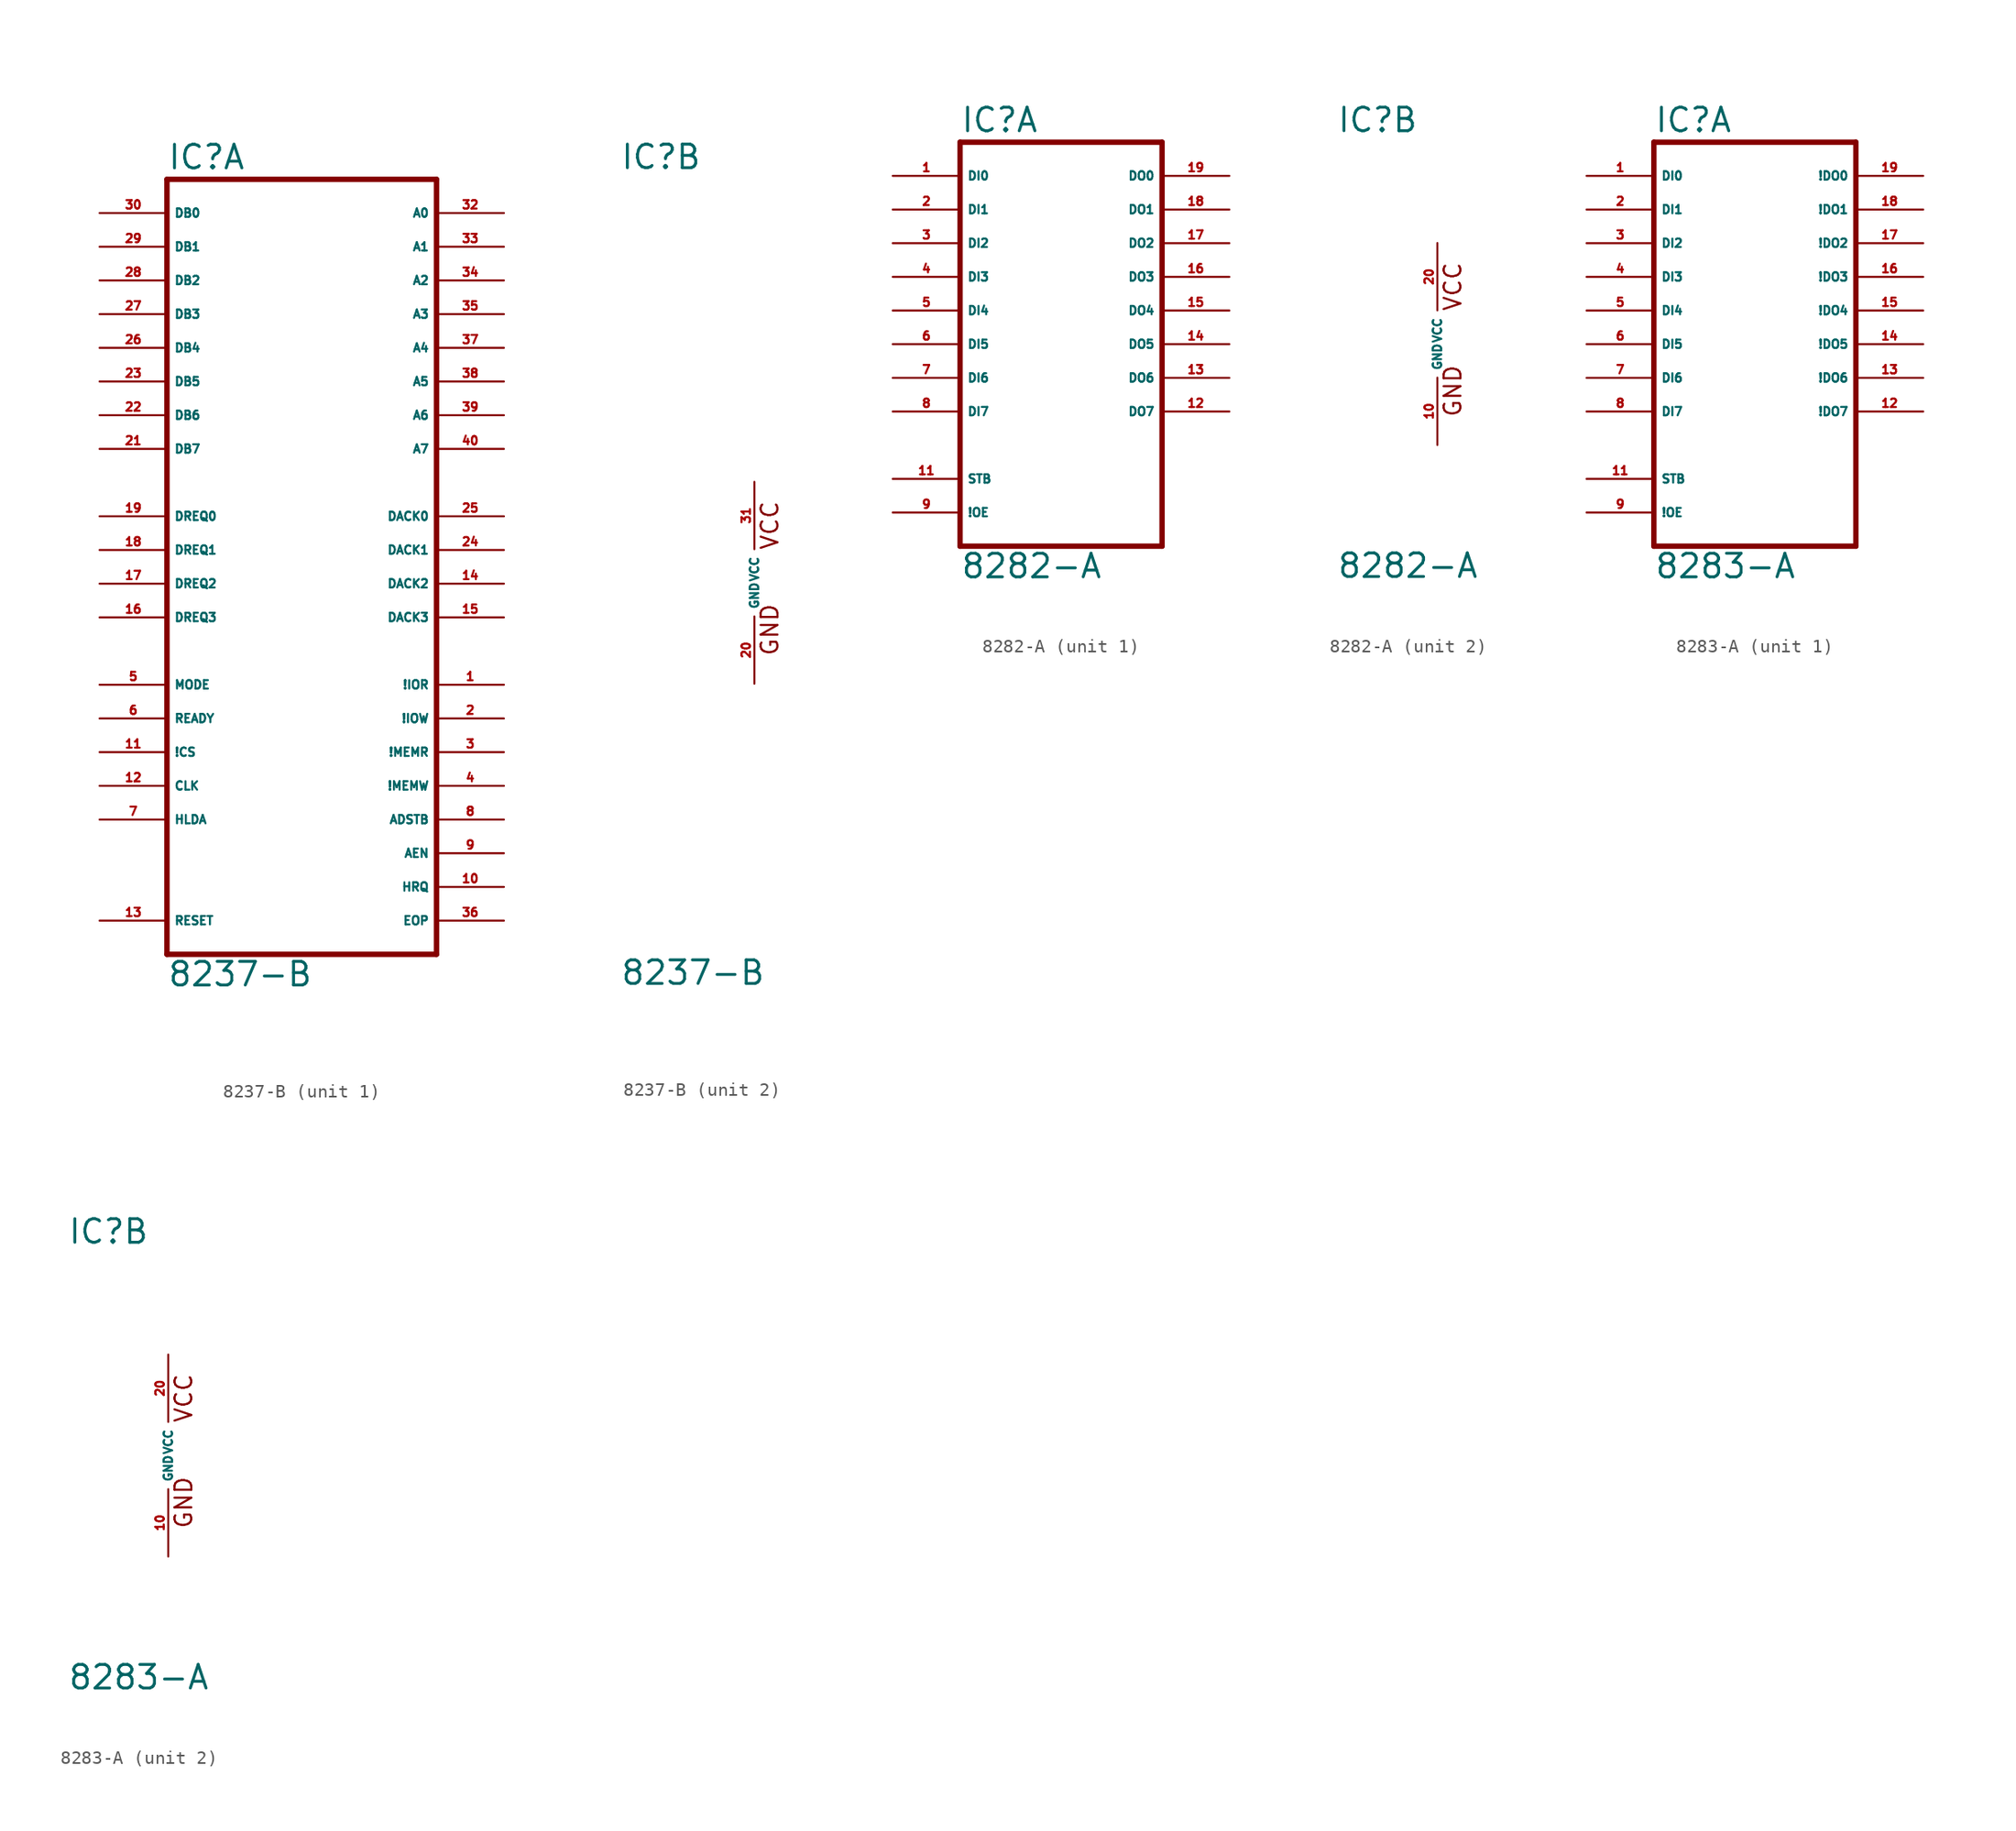
<source format=kicad_sym>
(kicad_symbol_lib
  (version 20220914)
  (generator Eagle2Kicad)
  (symbol "8237-B"
    (property "Reference" "IC"
      (at -10.16 31.115 0)
      (effects (font (size 1.778 1.778) (thickness 0.22)) (justify left bottom)))
    (property "Value" "8237-B"
      (at -10.16 -30.48 0)
      (effects (font (size 1.778 1.778) (thickness 0.22)) (justify left bottom)))
    (symbol "8237-B_1_0"
      (polyline (pts (xy -10.16 30.48) (xy 10.16 30.48)) (stroke (width 0.406) (type default)) (fill (type none)))
      (polyline (pts (xy 10.16 30.48) (xy 10.16 -27.94)) (stroke (width 0.406) (type default)) (fill (type none)))
      (polyline (pts (xy 10.16 -27.94) (xy -10.16 -27.94)) (stroke (width 0.406) (type default)) (fill (type none)))
      (polyline (pts (xy -10.16 -27.94) (xy -10.16 30.48)) (stroke (width 0.406) (type default)) (fill (type none)))
      (pin bidirectional line (at -15.24 27.94 0) (length 5.08) (name "DB0" (effects (font (size 0.635 0.635) (thickness 0.08)) (justify left bottom))) (number "30" (effects (font (size 0.635 0.635) (thickness 0.08)) (justify left bottom))))
      (pin bidirectional line (at -15.24 25.4 0) (length 5.08) (name "DB1" (effects (font (size 0.635 0.635) (thickness 0.08)) (justify left bottom))) (number "29" (effects (font (size 0.635 0.635) (thickness 0.08)) (justify left bottom))))
      (pin bidirectional line (at -15.24 22.86 0) (length 5.08) (name "DB2" (effects (font (size 0.635 0.635) (thickness 0.08)) (justify left bottom))) (number "28" (effects (font (size 0.635 0.635) (thickness 0.08)) (justify left bottom))))
      (pin bidirectional line (at -15.24 20.32 0) (length 5.08) (name "DB3" (effects (font (size 0.635 0.635) (thickness 0.08)) (justify left bottom))) (number "27" (effects (font (size 0.635 0.635) (thickness 0.08)) (justify left bottom))))
      (pin bidirectional line (at -15.24 17.78 0) (length 5.08) (name "DB4" (effects (font (size 0.635 0.635) (thickness 0.08)) (justify left bottom))) (number "26" (effects (font (size 0.635 0.635) (thickness 0.08)) (justify left bottom))))
      (pin bidirectional line (at -15.24 15.24 0) (length 5.08) (name "DB5" (effects (font (size 0.635 0.635) (thickness 0.08)) (justify left bottom))) (number "23" (effects (font (size 0.635 0.635) (thickness 0.08)) (justify left bottom))))
      (pin bidirectional line (at -15.24 12.7 0) (length 5.08) (name "DB6" (effects (font (size 0.635 0.635) (thickness 0.08)) (justify left bottom))) (number "22" (effects (font (size 0.635 0.635) (thickness 0.08)) (justify left bottom))))
      (pin bidirectional line (at -15.24 10.16 0) (length 5.08) (name "DB7" (effects (font (size 0.635 0.635) (thickness 0.08)) (justify left bottom))) (number "21" (effects (font (size 0.635 0.635) (thickness 0.08)) (justify left bottom))))
      (pin input line (at -15.24 5.08 0) (length 5.08) (name "DREQ0" (effects (font (size 0.635 0.635) (thickness 0.08)) (justify left bottom))) (number "19" (effects (font (size 0.635 0.635) (thickness 0.08)) (justify left bottom))))
      (pin input line (at -15.24 2.54 0) (length 5.08) (name "DREQ1" (effects (font (size 0.635 0.635) (thickness 0.08)) (justify left bottom))) (number "18" (effects (font (size 0.635 0.635) (thickness 0.08)) (justify left bottom))))
      (pin input line (at -15.24 0 0) (length 5.08) (name "DREQ2" (effects (font (size 0.635 0.635) (thickness 0.08)) (justify left bottom))) (number "17" (effects (font (size 0.635 0.635) (thickness 0.08)) (justify left bottom))))
      (pin input line (at -15.24 -2.54 0) (length 5.08) (name "DREQ3" (effects (font (size 0.635 0.635) (thickness 0.08)) (justify left bottom))) (number "16" (effects (font (size 0.635 0.635) (thickness 0.08)) (justify left bottom))))
      (pin output line (at 15.24 5.08 180) (length 5.08) (name "DACK0" (effects (font (size 0.635 0.635) (thickness 0.08)) (justify left bottom))) (number "25" (effects (font (size 0.635 0.635) (thickness 0.08)) (justify left bottom))))
      (pin output line (at 15.24 2.54 180) (length 5.08) (name "DACK1" (effects (font (size 0.635 0.635) (thickness 0.08)) (justify left bottom))) (number "24" (effects (font (size 0.635 0.635) (thickness 0.08)) (justify left bottom))))
      (pin output line (at 15.24 0 180) (length 5.08) (name "DACK2" (effects (font (size 0.635 0.635) (thickness 0.08)) (justify left bottom))) (number "14" (effects (font (size 0.635 0.635) (thickness 0.08)) (justify left bottom))))
      (pin output line (at 15.24 -2.54 180) (length 5.08) (name "DACK3" (effects (font (size 0.635 0.635) (thickness 0.08)) (justify left bottom))) (number "15" (effects (font (size 0.635 0.635) (thickness 0.08)) (justify left bottom))))
      (pin bidirectional line (at 15.24 27.94 180) (length 5.08) (name "A0" (effects (font (size 0.635 0.635) (thickness 0.08)) (justify left bottom))) (number "32" (effects (font (size 0.635 0.635) (thickness 0.08)) (justify left bottom))))
      (pin bidirectional line (at 15.24 25.4 180) (length 5.08) (name "A1" (effects (font (size 0.635 0.635) (thickness 0.08)) (justify left bottom))) (number "33" (effects (font (size 0.635 0.635) (thickness 0.08)) (justify left bottom))))
      (pin bidirectional line (at 15.24 22.86 180) (length 5.08) (name "A2" (effects (font (size 0.635 0.635) (thickness 0.08)) (justify left bottom))) (number "34" (effects (font (size 0.635 0.635) (thickness 0.08)) (justify left bottom))))
      (pin bidirectional line (at 15.24 20.32 180) (length 5.08) (name "A3" (effects (font (size 0.635 0.635) (thickness 0.08)) (justify left bottom))) (number "35" (effects (font (size 0.635 0.635) (thickness 0.08)) (justify left bottom))))
      (pin output line (at 15.24 17.78 180) (length 5.08) (name "A4" (effects (font (size 0.635 0.635) (thickness 0.08)) (justify left bottom))) (number "37" (effects (font (size 0.635 0.635) (thickness 0.08)) (justify left bottom))))
      (pin output line (at 15.24 15.24 180) (length 5.08) (name "A5" (effects (font (size 0.635 0.635) (thickness 0.08)) (justify left bottom))) (number "38" (effects (font (size 0.635 0.635) (thickness 0.08)) (justify left bottom))))
      (pin output line (at 15.24 12.7 180) (length 5.08) (name "A6" (effects (font (size 0.635 0.635) (thickness 0.08)) (justify left bottom))) (number "39" (effects (font (size 0.635 0.635) (thickness 0.08)) (justify left bottom))))
      (pin output line (at 15.24 10.16 180) (length 5.08) (name "A7" (effects (font (size 0.635 0.635) (thickness 0.08)) (justify left bottom))) (number "40" (effects (font (size 0.635 0.635) (thickness 0.08)) (justify left bottom))))
      (pin bidirectional line (at 15.24 -7.62 180) (length 5.08) (name "!IOR" (effects (font (size 0.635 0.635) (thickness 0.08)) (justify left bottom))) (number "1" (effects (font (size 0.635 0.635) (thickness 0.08)) (justify left bottom))))
      (pin bidirectional line (at 15.24 -10.16 180) (length 5.08) (name "!IOW" (effects (font (size 0.635 0.635) (thickness 0.08)) (justify left bottom))) (number "2" (effects (font (size 0.635 0.635) (thickness 0.08)) (justify left bottom))))
      (pin output line (at 15.24 -12.7 180) (length 5.08) (name "!MEMR" (effects (font (size 0.635 0.635) (thickness 0.08)) (justify left bottom))) (number "3" (effects (font (size 0.635 0.635) (thickness 0.08)) (justify left bottom))))
      (pin output line (at 15.24 -15.24 180) (length 5.08) (name "!MEMW" (effects (font (size 0.635 0.635) (thickness 0.08)) (justify left bottom))) (number "4" (effects (font (size 0.635 0.635) (thickness 0.08)) (justify left bottom))))
      (pin output line (at 15.24 -17.78 180) (length 5.08) (name "ADSTB" (effects (font (size 0.635 0.635) (thickness 0.08)) (justify left bottom))) (number "8" (effects (font (size 0.635 0.635) (thickness 0.08)) (justify left bottom))))
      (pin output line (at 15.24 -20.32 180) (length 5.08) (name "AEN" (effects (font (size 0.635 0.635) (thickness 0.08)) (justify left bottom))) (number "9" (effects (font (size 0.635 0.635) (thickness 0.08)) (justify left bottom))))
      (pin output line (at 15.24 -22.86 180) (length 5.08) (name "HRQ" (effects (font (size 0.635 0.635) (thickness 0.08)) (justify left bottom))) (number "10" (effects (font (size 0.635 0.635) (thickness 0.08)) (justify left bottom))))
      (pin bidirectional line (at 15.24 -25.4 180) (length 5.08) (name "EOP" (effects (font (size 0.635 0.635) (thickness 0.08)) (justify left bottom))) (number "36" (effects (font (size 0.635 0.635) (thickness 0.08)) (justify left bottom))))
      (pin input line (at -15.24 -7.62 0) (length 5.08) (name "MODE" (effects (font (size 0.635 0.635) (thickness 0.08)) (justify left bottom))) (number "5" (effects (font (size 0.635 0.635) (thickness 0.08)) (justify left bottom))))
      (pin input line (at -15.24 -10.16 0) (length 5.08) (name "READY" (effects (font (size 0.635 0.635) (thickness 0.08)) (justify left bottom))) (number "6" (effects (font (size 0.635 0.635) (thickness 0.08)) (justify left bottom))))
      (pin input line (at -15.24 -12.7 0) (length 5.08) (name "!CS" (effects (font (size 0.635 0.635) (thickness 0.08)) (justify left bottom))) (number "11" (effects (font (size 0.635 0.635) (thickness 0.08)) (justify left bottom))))
      (pin input line (at -15.24 -15.24 0) (length 5.08) (name "CLK" (effects (font (size 0.635 0.635) (thickness 0.08)) (justify left bottom))) (number "12" (effects (font (size 0.635 0.635) (thickness 0.08)) (justify left bottom))))
      (pin input line (at -15.24 -17.78 0) (length 5.08) (name "HLDA" (effects (font (size 0.635 0.635) (thickness 0.08)) (justify left bottom))) (number "7" (effects (font (size 0.635 0.635) (thickness 0.08)) (justify left bottom))))
      (pin input line (at -15.24 -25.4 0) (length 5.08) (name "RESET" (effects (font (size 0.635 0.635) (thickness 0.08)) (justify left bottom))) (number "13" (effects (font (size 0.635 0.635) (thickness 0.08)) (justify left bottom)))))
    (symbol "8237-B_2_0"
      (text "GND" (at 1.905 -5.588 900) (effects (font (size 1.27 1.27) (thickness 0.16)) (justify left bottom)))
      (text "VCC" (at 1.905 2.413 900) (effects (font (size 1.27 1.27) (thickness 0.16)) (justify left bottom)))
      (pin unspecified line (at 0 7.62 270) (length 5.08) (name "VCC" (effects (font (size 0.635 0.635) (thickness 0.08)) (justify left bottom))) (number "31" (effects (font (size 0.635 0.635) (thickness 0.08)) (justify left bottom))))
      (pin unspecified line (at 0 -7.62 90) (length 5.08) (name "GND" (effects (font (size 0.635 0.635) (thickness 0.08)) (justify left bottom))) (number "20" (effects (font (size 0.635 0.635) (thickness 0.08)) (justify left bottom))))))
  (symbol "8282-A"
    (property "Reference" "IC"
      (at -7.62 15.875 0)
      (effects (font (size 1.778 1.778) (thickness 0.22)) (justify left bottom)))
    (property "Value" "8282-A"
      (at -7.62 -17.78 0)
      (effects (font (size 1.778 1.778) (thickness 0.22)) (justify left bottom)))
    (symbol "8282-A_1_0"
      (polyline (pts (xy -7.62 -15.24) (xy 7.62 -15.24)) (stroke (width 0.406) (type default)) (fill (type none)))
      (polyline (pts (xy 7.62 -15.24) (xy 7.62 15.24)) (stroke (width 0.406) (type default)) (fill (type none)))
      (polyline (pts (xy 7.62 15.24) (xy -7.62 15.24)) (stroke (width 0.406) (type default)) (fill (type none)))
      (polyline (pts (xy -7.62 15.24) (xy -7.62 -15.24)) (stroke (width 0.406) (type default)) (fill (type none)))
      (pin output line (at 12.7 12.7 180) (length 5.08) (name "DO0" (effects (font (size 0.635 0.635) (thickness 0.08)) (justify left bottom))) (number "19" (effects (font (size 0.635 0.635) (thickness 0.08)) (justify left bottom))))
      (pin output line (at 12.7 10.16 180) (length 5.08) (name "DO1" (effects (font (size 0.635 0.635) (thickness 0.08)) (justify left bottom))) (number "18" (effects (font (size 0.635 0.635) (thickness 0.08)) (justify left bottom))))
      (pin output line (at 12.7 7.62 180) (length 5.08) (name "DO2" (effects (font (size 0.635 0.635) (thickness 0.08)) (justify left bottom))) (number "17" (effects (font (size 0.635 0.635) (thickness 0.08)) (justify left bottom))))
      (pin output line (at 12.7 5.08 180) (length 5.08) (name "DO3" (effects (font (size 0.635 0.635) (thickness 0.08)) (justify left bottom))) (number "16" (effects (font (size 0.635 0.635) (thickness 0.08)) (justify left bottom))))
      (pin output line (at 12.7 2.54 180) (length 5.08) (name "DO4" (effects (font (size 0.635 0.635) (thickness 0.08)) (justify left bottom))) (number "15" (effects (font (size 0.635 0.635) (thickness 0.08)) (justify left bottom))))
      (pin output line (at 12.7 0 180) (length 5.08) (name "DO5" (effects (font (size 0.635 0.635) (thickness 0.08)) (justify left bottom))) (number "14" (effects (font (size 0.635 0.635) (thickness 0.08)) (justify left bottom))))
      (pin output line (at 12.7 -2.54 180) (length 5.08) (name "DO6" (effects (font (size 0.635 0.635) (thickness 0.08)) (justify left bottom))) (number "13" (effects (font (size 0.635 0.635) (thickness 0.08)) (justify left bottom))))
      (pin output line (at 12.7 -5.08 180) (length 5.08) (name "DO7" (effects (font (size 0.635 0.635) (thickness 0.08)) (justify left bottom))) (number "12" (effects (font (size 0.635 0.635) (thickness 0.08)) (justify left bottom))))
      (pin input line (at -12.7 12.7 0) (length 5.08) (name "DI0" (effects (font (size 0.635 0.635) (thickness 0.08)) (justify left bottom))) (number "1" (effects (font (size 0.635 0.635) (thickness 0.08)) (justify left bottom))))
      (pin input line (at -12.7 10.16 0) (length 5.08) (name "DI1" (effects (font (size 0.635 0.635) (thickness 0.08)) (justify left bottom))) (number "2" (effects (font (size 0.635 0.635) (thickness 0.08)) (justify left bottom))))
      (pin input line (at -12.7 7.62 0) (length 5.08) (name "DI2" (effects (font (size 0.635 0.635) (thickness 0.08)) (justify left bottom))) (number "3" (effects (font (size 0.635 0.635) (thickness 0.08)) (justify left bottom))))
      (pin input line (at -12.7 5.08 0) (length 5.08) (name "DI3" (effects (font (size 0.635 0.635) (thickness 0.08)) (justify left bottom))) (number "4" (effects (font (size 0.635 0.635) (thickness 0.08)) (justify left bottom))))
      (pin input line (at -12.7 2.54 0) (length 5.08) (name "DI4" (effects (font (size 0.635 0.635) (thickness 0.08)) (justify left bottom))) (number "5" (effects (font (size 0.635 0.635) (thickness 0.08)) (justify left bottom))))
      (pin input line (at -12.7 0 0) (length 5.08) (name "DI5" (effects (font (size 0.635 0.635) (thickness 0.08)) (justify left bottom))) (number "6" (effects (font (size 0.635 0.635) (thickness 0.08)) (justify left bottom))))
      (pin input line (at -12.7 -2.54 0) (length 5.08) (name "DI6" (effects (font (size 0.635 0.635) (thickness 0.08)) (justify left bottom))) (number "7" (effects (font (size 0.635 0.635) (thickness 0.08)) (justify left bottom))))
      (pin input line (at -12.7 -5.08 0) (length 5.08) (name "DI7" (effects (font (size 0.635 0.635) (thickness 0.08)) (justify left bottom))) (number "8" (effects (font (size 0.635 0.635) (thickness 0.08)) (justify left bottom))))
      (pin input line (at -12.7 -10.16 0) (length 5.08) (name "STB" (effects (font (size 0.635 0.635) (thickness 0.08)) (justify left bottom))) (number "11" (effects (font (size 0.635 0.635) (thickness 0.08)) (justify left bottom))))
      (pin input line (at -12.7 -12.7 0) (length 5.08) (name "!OE" (effects (font (size 0.635 0.635) (thickness 0.08)) (justify left bottom))) (number "9" (effects (font (size 0.635 0.635) (thickness 0.08)) (justify left bottom)))))
    (symbol "8282-A_2_0"
      (text "GND" (at 1.905 -5.588 900) (effects (font (size 1.27 1.27) (thickness 0.16)) (justify left bottom)))
      (text "VCC" (at 1.905 2.413 900) (effects (font (size 1.27 1.27) (thickness 0.16)) (justify left bottom)))
      (pin unspecified line (at 0 7.62 270) (length 5.08) (name "VCC" (effects (font (size 0.635 0.635) (thickness 0.08)) (justify left bottom))) (number "20" (effects (font (size 0.635 0.635) (thickness 0.08)) (justify left bottom))))
      (pin unspecified line (at 0 -7.62 90) (length 5.08) (name "GND" (effects (font (size 0.635 0.635) (thickness 0.08)) (justify left bottom))) (number "10" (effects (font (size 0.635 0.635) (thickness 0.08)) (justify left bottom))))))
  (symbol "8283-A"
    (property "Reference" "IC"
      (at -7.62 15.875 0)
      (effects (font (size 1.778 1.778) (thickness 0.22)) (justify left bottom)))
    (property "Value" "8283-A"
      (at -7.62 -17.78 0)
      (effects (font (size 1.778 1.778) (thickness 0.22)) (justify left bottom)))
    (symbol "8283-A_1_0"
      (polyline (pts (xy -7.62 -15.24) (xy 7.62 -15.24)) (stroke (width 0.406) (type default)) (fill (type none)))
      (polyline (pts (xy 7.62 -15.24) (xy 7.62 15.24)) (stroke (width 0.406) (type default)) (fill (type none)))
      (polyline (pts (xy 7.62 15.24) (xy -7.62 15.24)) (stroke (width 0.406) (type default)) (fill (type none)))
      (polyline (pts (xy -7.62 15.24) (xy -7.62 -15.24)) (stroke (width 0.406) (type default)) (fill (type none)))
      (pin output line (at 12.7 12.7 180) (length 5.08) (name "!DO0" (effects (font (size 0.635 0.635) (thickness 0.08)) (justify left bottom))) (number "19" (effects (font (size 0.635 0.635) (thickness 0.08)) (justify left bottom))))
      (pin output line (at 12.7 10.16 180) (length 5.08) (name "!DO1" (effects (font (size 0.635 0.635) (thickness 0.08)) (justify left bottom))) (number "18" (effects (font (size 0.635 0.635) (thickness 0.08)) (justify left bottom))))
      (pin output line (at 12.7 7.62 180) (length 5.08) (name "!DO2" (effects (font (size 0.635 0.635) (thickness 0.08)) (justify left bottom))) (number "17" (effects (font (size 0.635 0.635) (thickness 0.08)) (justify left bottom))))
      (pin output line (at 12.7 5.08 180) (length 5.08) (name "!DO3" (effects (font (size 0.635 0.635) (thickness 0.08)) (justify left bottom))) (number "16" (effects (font (size 0.635 0.635) (thickness 0.08)) (justify left bottom))))
      (pin output line (at 12.7 2.54 180) (length 5.08) (name "!DO4" (effects (font (size 0.635 0.635) (thickness 0.08)) (justify left bottom))) (number "15" (effects (font (size 0.635 0.635) (thickness 0.08)) (justify left bottom))))
      (pin output line (at 12.7 0 180) (length 5.08) (name "!DO5" (effects (font (size 0.635 0.635) (thickness 0.08)) (justify left bottom))) (number "14" (effects (font (size 0.635 0.635) (thickness 0.08)) (justify left bottom))))
      (pin output line (at 12.7 -2.54 180) (length 5.08) (name "!DO6" (effects (font (size 0.635 0.635) (thickness 0.08)) (justify left bottom))) (number "13" (effects (font (size 0.635 0.635) (thickness 0.08)) (justify left bottom))))
      (pin output line (at 12.7 -5.08 180) (length 5.08) (name "!DO7" (effects (font (size 0.635 0.635) (thickness 0.08)) (justify left bottom))) (number "12" (effects (font (size 0.635 0.635) (thickness 0.08)) (justify left bottom))))
      (pin input line (at -12.7 12.7 0) (length 5.08) (name "DI0" (effects (font (size 0.635 0.635) (thickness 0.08)) (justify left bottom))) (number "1" (effects (font (size 0.635 0.635) (thickness 0.08)) (justify left bottom))))
      (pin input line (at -12.7 10.16 0) (length 5.08) (name "DI1" (effects (font (size 0.635 0.635) (thickness 0.08)) (justify left bottom))) (number "2" (effects (font (size 0.635 0.635) (thickness 0.08)) (justify left bottom))))
      (pin input line (at -12.7 7.62 0) (length 5.08) (name "DI2" (effects (font (size 0.635 0.635) (thickness 0.08)) (justify left bottom))) (number "3" (effects (font (size 0.635 0.635) (thickness 0.08)) (justify left bottom))))
      (pin input line (at -12.7 5.08 0) (length 5.08) (name "DI3" (effects (font (size 0.635 0.635) (thickness 0.08)) (justify left bottom))) (number "4" (effects (font (size 0.635 0.635) (thickness 0.08)) (justify left bottom))))
      (pin input line (at -12.7 2.54 0) (length 5.08) (name "DI4" (effects (font (size 0.635 0.635) (thickness 0.08)) (justify left bottom))) (number "5" (effects (font (size 0.635 0.635) (thickness 0.08)) (justify left bottom))))
      (pin input line (at -12.7 0 0) (length 5.08) (name "DI5" (effects (font (size 0.635 0.635) (thickness 0.08)) (justify left bottom))) (number "6" (effects (font (size 0.635 0.635) (thickness 0.08)) (justify left bottom))))
      (pin input line (at -12.7 -2.54 0) (length 5.08) (name "DI6" (effects (font (size 0.635 0.635) (thickness 0.08)) (justify left bottom))) (number "7" (effects (font (size 0.635 0.635) (thickness 0.08)) (justify left bottom))))
      (pin input line (at -12.7 -5.08 0) (length 5.08) (name "DI7" (effects (font (size 0.635 0.635) (thickness 0.08)) (justify left bottom))) (number "8" (effects (font (size 0.635 0.635) (thickness 0.08)) (justify left bottom))))
      (pin input line (at -12.7 -10.16 0) (length 5.08) (name "STB" (effects (font (size 0.635 0.635) (thickness 0.08)) (justify left bottom))) (number "11" (effects (font (size 0.635 0.635) (thickness 0.08)) (justify left bottom))))
      (pin input line (at -12.7 -12.7 0) (length 5.08) (name "!OE" (effects (font (size 0.635 0.635) (thickness 0.08)) (justify left bottom))) (number "9" (effects (font (size 0.635 0.635) (thickness 0.08)) (justify left bottom)))))
    (symbol "8283-A_2_0"
      (text "GND" (at 1.905 -5.588 900) (effects (font (size 1.27 1.27) (thickness 0.16)) (justify left bottom)))
      (text "VCC" (at 1.905 2.413 900) (effects (font (size 1.27 1.27) (thickness 0.16)) (justify left bottom)))
      (pin unspecified line (at 0 7.62 270) (length 5.08) (name "VCC" (effects (font (size 0.635 0.635) (thickness 0.08)) (justify left bottom))) (number "20" (effects (font (size 0.635 0.635) (thickness 0.08)) (justify left bottom))))
      (pin unspecified line (at 0 -7.62 90) (length 5.08) (name "GND" (effects (font (size 0.635 0.635) (thickness 0.08)) (justify left bottom))) (number "10" (effects (font (size 0.635 0.635) (thickness 0.08)) (justify left bottom)))))))
</source>
